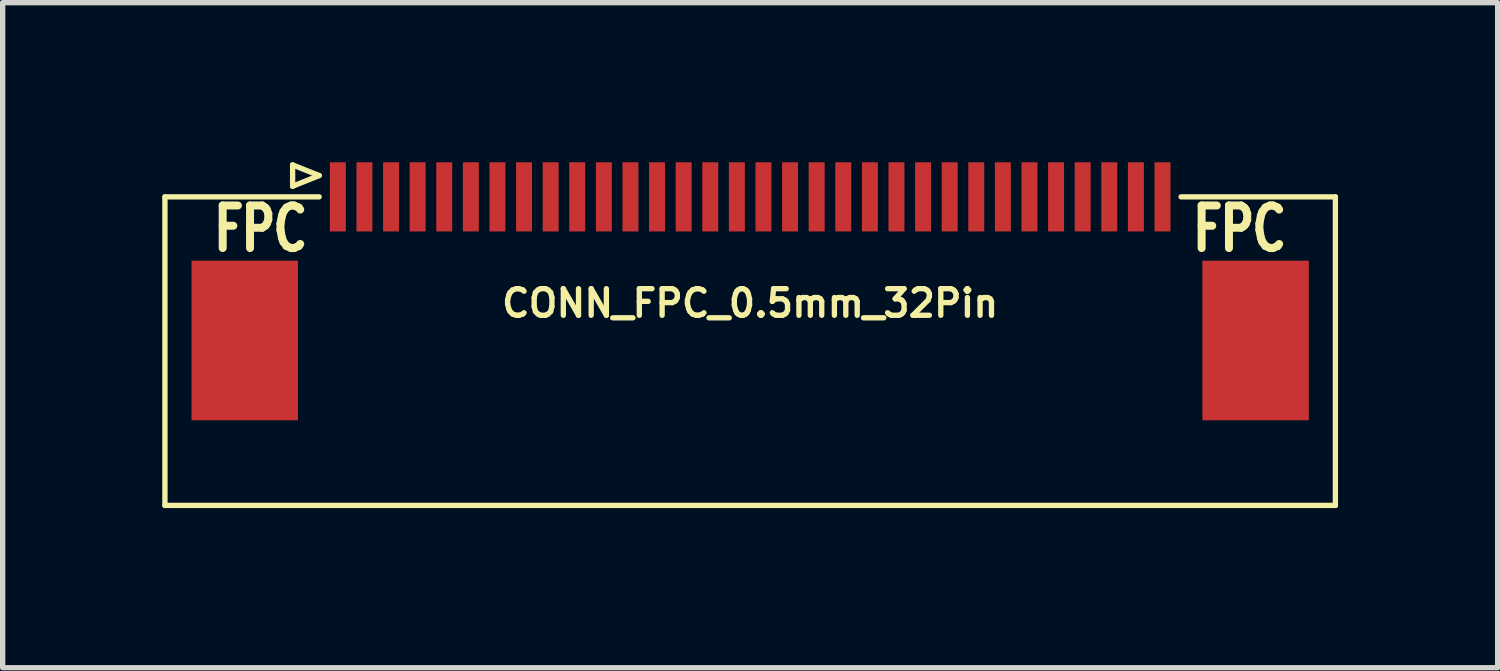
<source format=kicad_pcb>
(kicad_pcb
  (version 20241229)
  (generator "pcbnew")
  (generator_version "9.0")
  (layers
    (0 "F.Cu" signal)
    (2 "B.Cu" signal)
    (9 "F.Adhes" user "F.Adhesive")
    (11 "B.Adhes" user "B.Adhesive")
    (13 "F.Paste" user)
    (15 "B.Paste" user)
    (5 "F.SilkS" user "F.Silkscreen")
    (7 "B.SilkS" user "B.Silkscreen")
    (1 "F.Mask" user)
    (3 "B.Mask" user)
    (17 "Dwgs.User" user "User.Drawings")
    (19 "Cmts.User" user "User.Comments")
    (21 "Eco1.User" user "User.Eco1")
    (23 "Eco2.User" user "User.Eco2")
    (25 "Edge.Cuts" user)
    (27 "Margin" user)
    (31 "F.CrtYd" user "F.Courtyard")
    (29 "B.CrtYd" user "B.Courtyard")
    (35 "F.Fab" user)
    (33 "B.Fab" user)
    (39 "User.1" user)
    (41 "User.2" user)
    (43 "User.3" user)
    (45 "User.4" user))
  (footprint "CONN_FPC_0.5mm_32Pin"
    (layer "F.Cu")
    (at 11.05 0.65)
    (property "Reference" "CONN_FPC_0.5mm_32Pin" (at 0 2 0) (layer "F.SilkS") (effects (font (size 0.5 0.5) (thickness 0.1))))
    (attr through_hole)
    (fp_line (start -11 0) (end -11 5.8) (stroke (width 0.1) (type solid)) (layer "F.SilkS"))
    (fp_line (start -11 0) (end -8.1 0) (stroke (width 0.1) (type solid)) (layer "F.SilkS"))
    (fp_line (start -11 5.8) (end 11 5.8) (stroke (width 0.1) (type solid)) (layer "F.SilkS"))
    (fp_line (start -8.6 -0.6) (end -8.1 -0.4) (stroke (width 0.1) (type solid)) (layer "F.SilkS"))
    (fp_line (start -8.6 -0.2) (end -8.6 -0.6) (stroke (width 0.1) (type solid)) (layer "F.SilkS"))
    (fp_line (start -8.1 -0.4) (end -8.6 -0.2) (stroke (width 0.1) (type solid)) (layer "F.SilkS"))
    (fp_line (start 8.1 0) (end 11 0) (stroke (width 0.1) (type solid)) (layer "F.SilkS"))
    (fp_line (start 11 0) (end 11 5.8) (stroke (width 0.1) (type solid)) (layer "F.SilkS"))
    (fp_text user "FPC" (at 9.2 0.6 0) (layer "F.SilkS") (effects (font (size 0.8 0.6) (thickness 0.15))))
    (fp_text user "FPC" (at -9.2 0.6 0) (layer "F.SilkS") (effects (font (size 0.8 0.6) (thickness 0.15))))
    (pad "1" smd rect (at -7.75 0 180) (size 0.3 1.3) (layers "F.Cu" "F.Mask" "F.Paste"))
    (pad "2" smd rect (at -7.25 0 180) (size 0.3 1.3) (layers "F.Cu" "F.Mask" "F.Paste"))
    (pad "3" smd rect (at -6.75 0 180) (size 0.3 1.3) (layers "F.Cu" "F.Mask" "F.Paste"))
    (pad "4" smd rect (at -6.25 0 180) (size 0.3 1.3) (layers "F.Cu" "F.Mask" "F.Paste"))
    (pad "5" smd rect (at -5.75 0 180) (size 0.3 1.3) (layers "F.Cu" "F.Mask" "F.Paste"))
    (pad "6" smd rect (at -5.25 0 180) (size 0.3 1.3) (layers "F.Cu" "F.Mask" "F.Paste"))
    (pad "7" smd rect (at -4.75 0 180) (size 0.3 1.3) (layers "F.Cu" "F.Mask" "F.Paste"))
    (pad "8" smd rect (at -4.25 0 180) (size 0.3 1.3) (layers "F.Cu" "F.Mask" "F.Paste"))
    (pad "9" smd rect (at -3.75 0 180) (size 0.3 1.3) (layers "F.Cu" "F.Mask" "F.Paste"))
    (pad "10" smd rect (at -3.25 0 180) (size 0.3 1.3) (layers "F.Cu" "F.Mask" "F.Paste"))
    (pad "11" smd rect (at -2.75 0 180) (size 0.3 1.3) (layers "F.Cu" "F.Mask" "F.Paste"))
    (pad "12" smd rect (at -2.25 0 180) (size 0.3 1.3) (layers "F.Cu" "F.Mask" "F.Paste"))
    (pad "13" smd rect (at -1.75 0 180) (size 0.3 1.3) (layers "F.Cu" "F.Mask" "F.Paste"))
    (pad "14" smd rect (at -1.25 0 180) (size 0.3 1.3) (layers "F.Cu" "F.Mask" "F.Paste"))
    (pad "15" smd rect (at -0.75 0 180) (size 0.3 1.3) (layers "F.Cu" "F.Mask" "F.Paste"))
    (pad "16" smd rect (at -0.25 0 180) (size 0.3 1.3) (layers "F.Cu" "F.Mask" "F.Paste"))
    (pad "17" smd rect (at 0.25 0 180) (size 0.3 1.3) (layers "F.Cu" "F.Mask" "F.Paste"))
    (pad "18" smd rect (at 0.75 0 180) (size 0.3 1.3) (layers "F.Cu" "F.Mask" "F.Paste"))
    (pad "19" smd rect (at 1.25 0 180) (size 0.3 1.3) (layers "F.Cu" "F.Mask" "F.Paste"))
    (pad "20" smd rect (at 1.75 0 180) (size 0.3 1.3) (layers "F.Cu" "F.Mask" "F.Paste"))
    (pad "21" smd rect (at 2.25 0 180) (size 0.3 1.3) (layers "F.Cu" "F.Mask" "F.Paste"))
    (pad "22" smd rect (at 2.75 0 180) (size 0.3 1.3) (layers "F.Cu" "F.Mask" "F.Paste"))
    (pad "23" smd rect (at 3.25 0 180) (size 0.3 1.3) (layers "F.Cu" "F.Mask" "F.Paste"))
    (pad "24" smd rect (at 3.75 0 180) (size 0.3 1.3) (layers "F.Cu" "F.Mask" "F.Paste"))
    (pad "25" smd rect (at 4.25 0 180) (size 0.3 1.3) (layers "F.Cu" "F.Mask" "F.Paste"))
    (pad "26" smd rect (at 4.75 0 180) (size 0.3 1.3) (layers "F.Cu" "F.Mask" "F.Paste"))
    (pad "27" smd rect (at 5.25 0 180) (size 0.3 1.3) (layers "F.Cu" "F.Mask" "F.Paste"))
    (pad "28" smd rect (at 5.75 0 180) (size 0.3 1.3) (layers "F.Cu" "F.Mask" "F.Paste"))
    (pad "29" smd rect (at 6.25 0 180) (size 0.3 1.3) (layers "F.Cu" "F.Mask" "F.Paste"))
    (pad "30" smd rect (at 6.75 0 180) (size 0.3 1.3) (layers "F.Cu" "F.Mask" "F.Paste"))
    (pad "31" smd rect (at 7.25 0 180) (size 0.3 1.3) (layers "F.Cu" "F.Mask" "F.Paste"))
    (pad "32" smd rect (at 7.75 0 180) (size 0.3 1.3) (layers "F.Cu" "F.Mask" "F.Paste"))
    (pad "SH" smd rect (at -9.5 2.7) (size 2 3) (layers "F.Cu" "F.Mask" "F.Paste"))
    (pad "SH" smd rect (at 9.5 2.7) (size 2 3) (layers "F.Cu" "F.Mask" "F.Paste")))
  (gr_rect
    (start -3 -3)
    (end 25.1 9.5)
    (stroke (width 0.1) (type default))
    (fill no)
    (layer "Edge.Cuts")))
</source>
